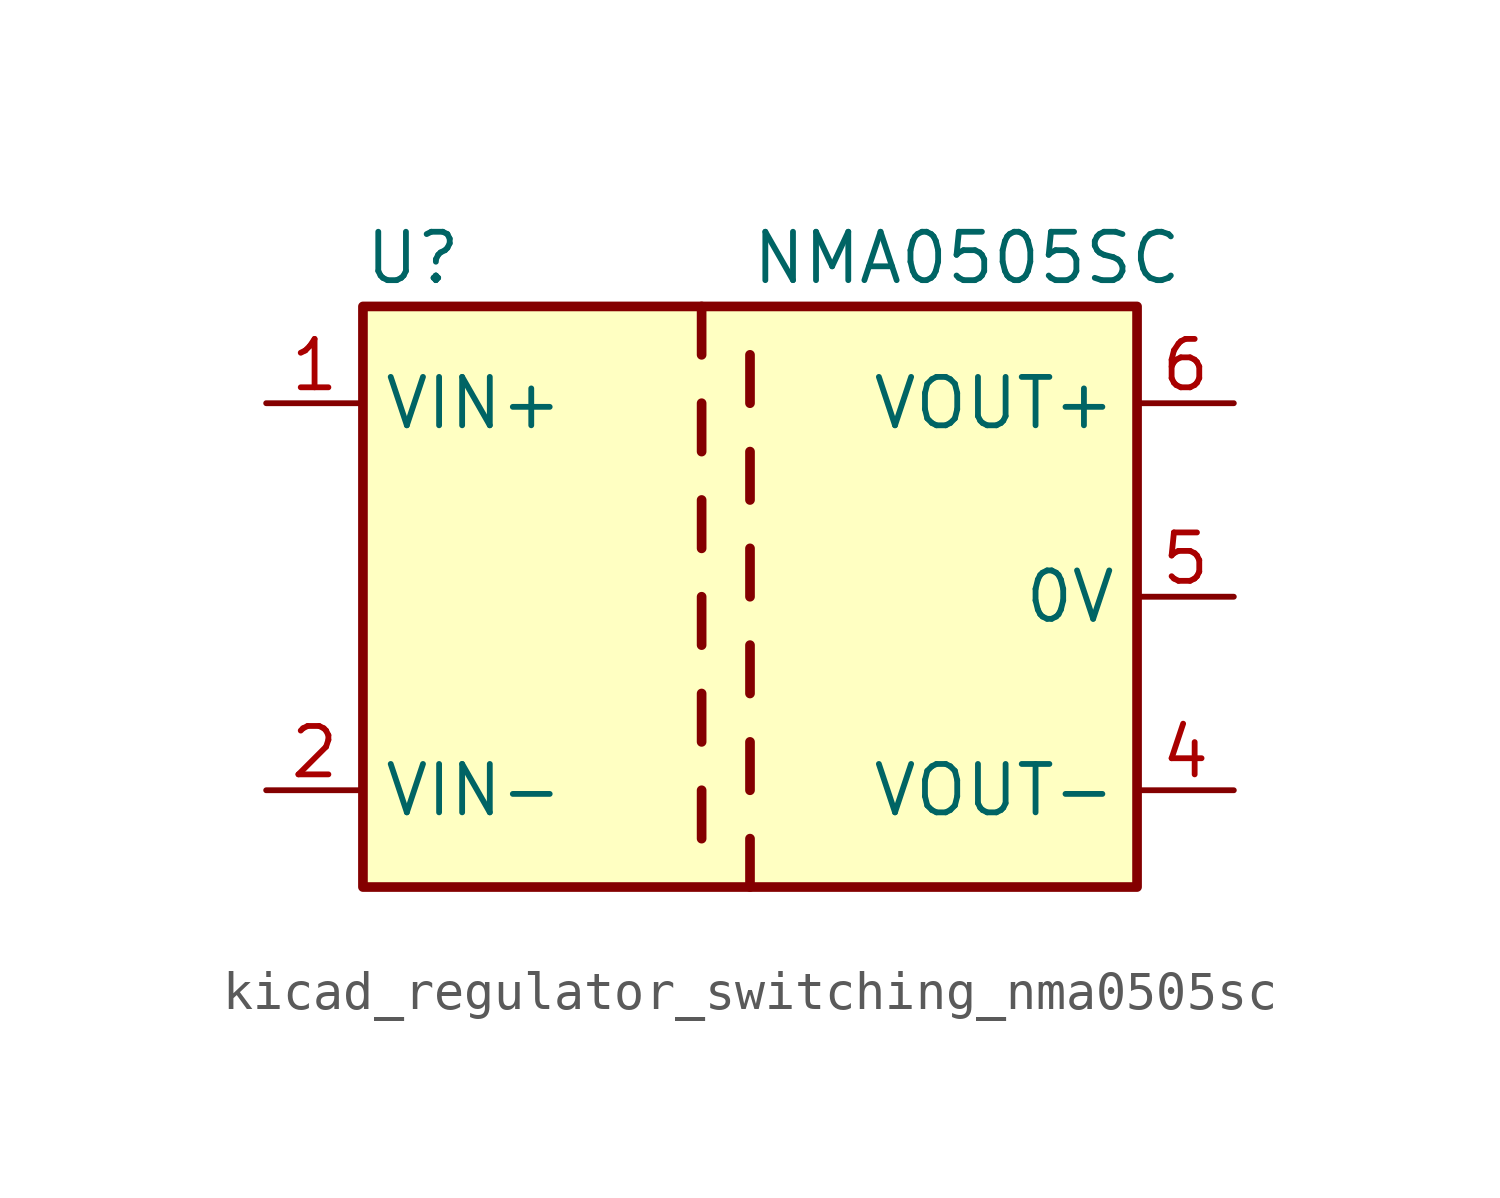
<source format=kicad_sym>
(kicad_symbol_lib
  (version 20220914)
  (generator kicad_symbol_editor)
  (symbol "kicad_regulator_switching_nma0505sc"
    (property "Reference" "U"
      (at -10.16 8.89 0)
      (effects (font (size 1.27 1.27)) (justify left)))
    (property "Value" "NMA0505SC"
      (at 0 8.89 0)
      (effects (font (size 1.27 1.27)) (justify left)))
    (symbol "kicad_regulator_switching_nma0505sc_0_1"
      (rectangle (start -10.16 7.62) (end 10.16 -7.62) (stroke (width 0.254) (type default)) (fill (type background)))
      (polyline (pts (xy -1.27 -5.08) (xy -1.27 -6.35)) (stroke (width 0.254) (type default)) (fill (type none)))
      (polyline (pts (xy -1.27 -2.54) (xy -1.27 -3.81)) (stroke (width 0.254) (type default)) (fill (type none)))
      (polyline (pts (xy -1.27 0) (xy -1.27 -1.27)) (stroke (width 0.254) (type default)) (fill (type none)))
      (polyline (pts (xy -1.27 2.54) (xy -1.27 1.27)) (stroke (width 0.254) (type default)) (fill (type none)))
      (polyline (pts (xy -1.27 5.08) (xy -1.27 3.81)) (stroke (width 0.254) (type default)) (fill (type none)))
      (polyline (pts (xy -1.27 7.62) (xy -1.27 6.35)) (stroke (width 0.254) (type default)) (fill (type none)))
      (polyline (pts (xy 0 -7.62) (xy 0 -6.35)) (stroke (width 0.254) (type default)) (fill (type none)))
      (polyline (pts (xy 0 -5.08) (xy 0 -3.81)) (stroke (width 0.254) (type default)) (fill (type none)))
      (polyline (pts (xy 0 -1.27) (xy 0 -2.54)) (stroke (width 0.254) (type default)) (fill (type none)))
      (polyline (pts (xy 0 0) (xy 0 1.27)) (stroke (width 0.254) (type default)) (fill (type none)))
      (polyline (pts (xy 0 2.54) (xy 0 3.81)) (stroke (width 0.254) (type default)) (fill (type none)))
      (polyline (pts (xy 0 5.08) (xy 0 6.35)) (stroke (width 0.254) (type default)) (fill (type none))))
    (symbol "kicad_regulator_switching_nma0505sc_1_1"
      (pin power_in line (at -12.7 5.08 0) (length 2.54) (name "VIN+" (effects (font (size 1.27 1.27)))) (number "1" (effects (font (size 1.27 1.27)))))
      (pin power_in line (at -12.7 -5.08 0) (length 2.54) (name "VIN-" (effects (font (size 1.27 1.27)))) (number "2" (effects (font (size 1.27 1.27)))))
      (pin power_out line (at 12.7 -5.08 180) (length 2.54) (name "VOUT-" (effects (font (size 1.27 1.27)))) (number "4" (effects (font (size 1.27 1.27)))))
      (pin power_out line (at 12.7 0 180) (length 2.54) (name "0V" (effects (font (size 1.27 1.27)))) (number "5" (effects (font (size 1.27 1.27)))))
      (pin power_out line (at 12.7 5.08 180) (length 2.54) (name "VOUT+" (effects (font (size 1.27 1.27)))) (number "6" (effects (font (size 1.27 1.27))))))))
</source>
